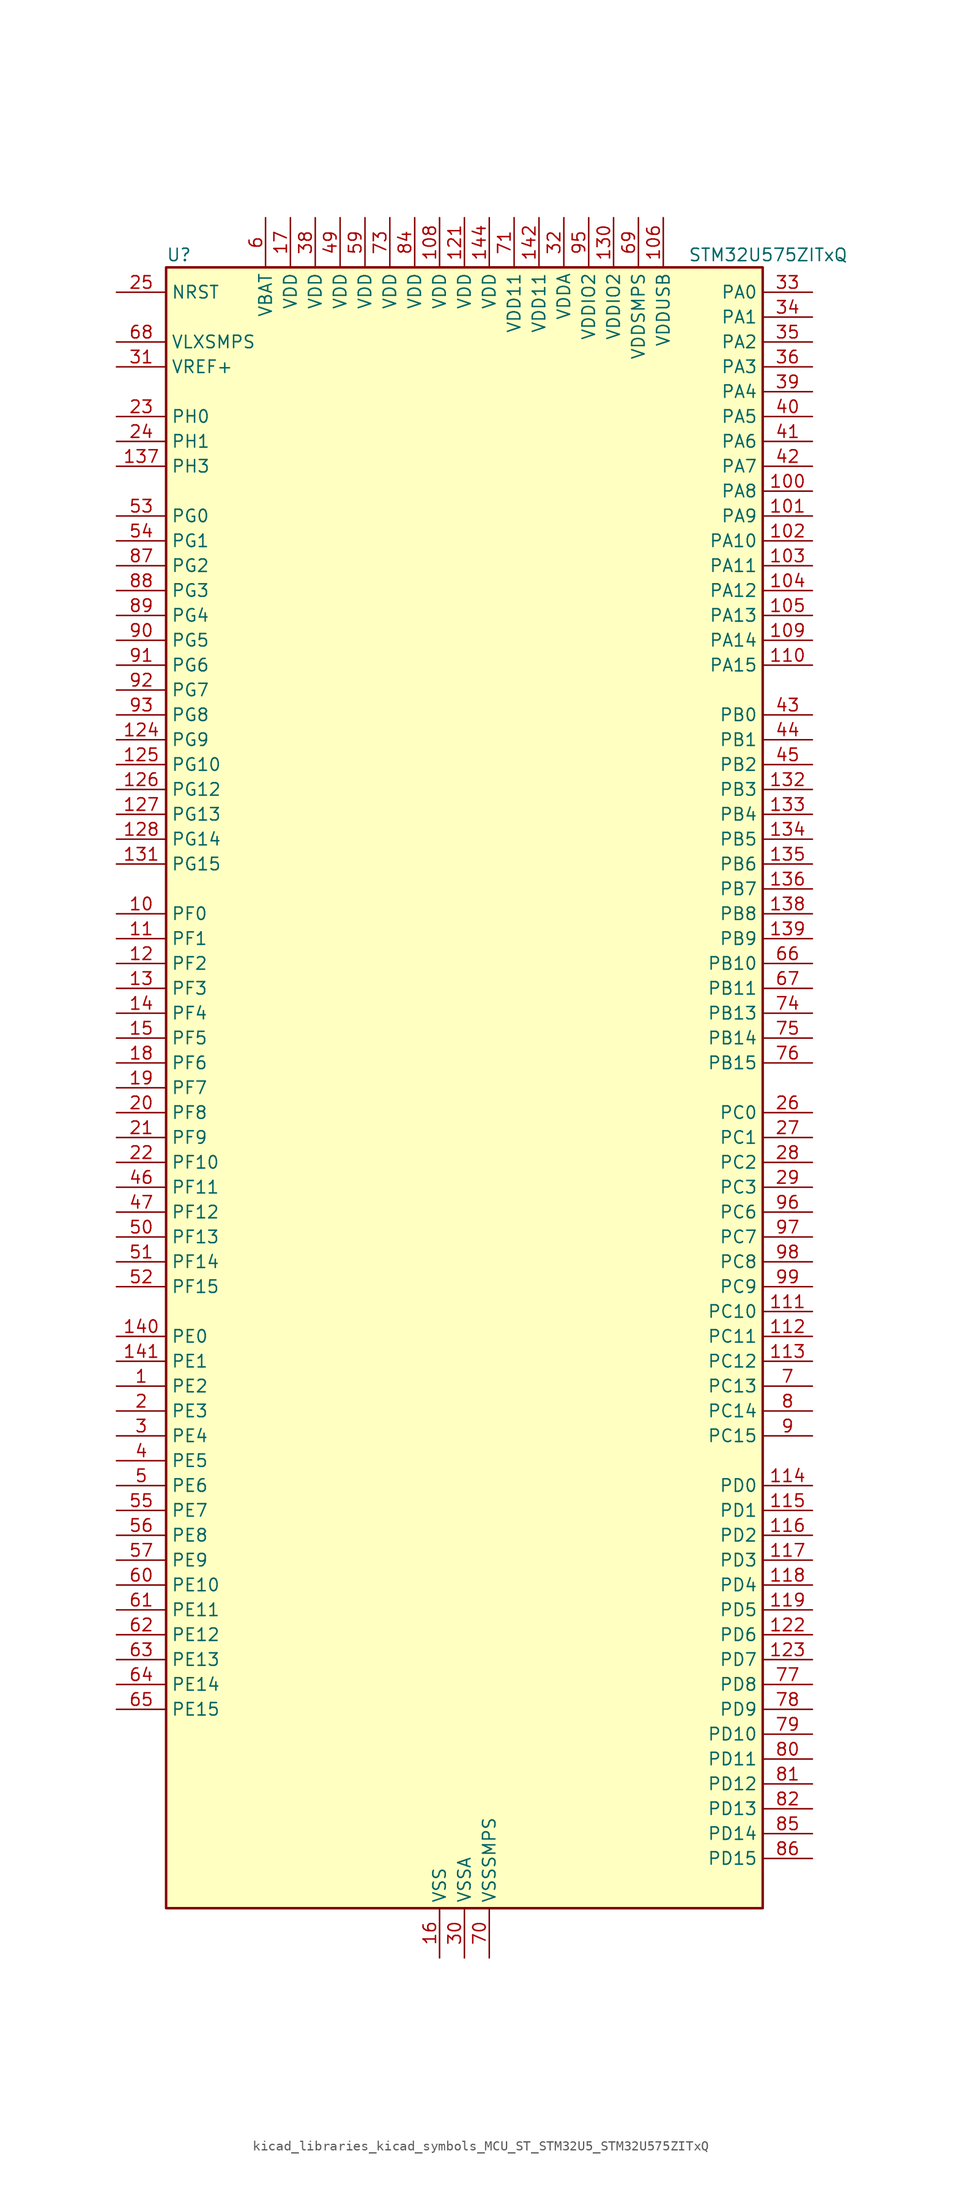
<source format=kicad_sym>
(kicad_symbol_lib
  (version 20220914)
  (generator kicad_symbol_editor)
  (symbol "kicad_libraries_kicad_symbols_MCU_ST_STM32U5_STM32U575ZITxQ"
    (property "Reference" "U"
      (at -30.48 85.09 0)
      (effects (font (size 1.27 1.27)) (justify left)))
    (property "Value" "STM32U575ZITxQ"
      (at 22.86 85.09 0)
      (effects (font (size 1.27 1.27)) (justify left)))
    (property "ki_locked" ""
      (at 0 0 0)
      (effects (font (size 1.27 1.27))))
    (symbol "kicad_libraries_kicad_symbols_MCU_ST_STM32U5_STM32U575ZITxQ_0_1"
      (rectangle (start -30.48 -83.82) (end 30.48 83.82) (stroke (width 0.254) (type default)) (fill (type background))))
    (symbol "kicad_libraries_kicad_symbols_MCU_ST_STM32U5_STM32U575ZITxQ_1_1"
      (pin bidirectional line (at -35.56 -30.48 0) (length 5.08) (name "PE2" (effects (font (size 1.27 1.27)))) (number "1" (effects (font (size 1.27 1.27)))) (alternate "DEBUG_TRACECLK" bidirectional line) (alternate "FMC_A23" bidirectional line) (alternate "SAI1_CK1" bidirectional line) (alternate "SAI1_MCLK_A" bidirectional line) (alternate "TIM3_ETR" bidirectional line) (alternate "TSC_G7_IO1" bidirectional line))
      (pin bidirectional line (at -35.56 17.78 0) (length 5.08) (name "PF0" (effects (font (size 1.27 1.27)))) (number "10" (effects (font (size 1.27 1.27)))) (alternate "FMC_A0" bidirectional line) (alternate "I2C2_SDA" bidirectional line) (alternate "OCTOSPIM_P2_IO0" bidirectional line))
      (pin bidirectional line (at 35.56 60.96 180) (length 5.08) (name "PA8" (effects (font (size 1.27 1.27)))) (number "100" (effects (font (size 1.27 1.27)))) (alternate "DEBUG_TRACECLK" bidirectional line) (alternate "LPTIM2_CH1" bidirectional line) (alternate "RCC_MCO" bidirectional line) (alternate "SAI1_CK2" bidirectional line) (alternate "SAI1_SCK_A" bidirectional line) (alternate "SPI1_RDY" bidirectional line) (alternate "TIM1_CH1" bidirectional line) (alternate "USART1_CK" bidirectional line) (alternate "USB_OTG_FS_SOF" bidirectional line))
      (pin bidirectional line (at 35.56 58.42 180) (length 5.08) (name "PA9" (effects (font (size 1.27 1.27)))) (number "101" (effects (font (size 1.27 1.27)))) (alternate "DAC1_EXTI9" bidirectional line) (alternate "DCMI_D0" bidirectional line) (alternate "PSSI_D0" bidirectional line) (alternate "SAI1_FS_A" bidirectional line) (alternate "SPI2_SCK" bidirectional line) (alternate "TIM15_BKIN" bidirectional line) (alternate "TIM1_CH2" bidirectional line) (alternate "USART1_TX" bidirectional line) (alternate "USB_OTG_FS_VBUS" bidirectional line))
      (pin bidirectional line (at 35.56 55.88 180) (length 5.08) (name "PA10" (effects (font (size 1.27 1.27)))) (number "102" (effects (font (size 1.27 1.27)))) (alternate "CRS_SYNC" bidirectional line) (alternate "DCMI_D1" bidirectional line) (alternate "LPTIM2_IN2" bidirectional line) (alternate "PSSI_D1" bidirectional line) (alternate "SAI1_D1" bidirectional line) (alternate "SAI1_SD_A" bidirectional line) (alternate "TIM17_BKIN" bidirectional line) (alternate "TIM1_CH3" bidirectional line) (alternate "USART1_RX" bidirectional line) (alternate "USB_OTG_FS_ID" bidirectional line))
      (pin bidirectional line (at 35.56 53.34 180) (length 5.08) (name "PA11" (effects (font (size 1.27 1.27)))) (number "103" (effects (font (size 1.27 1.27)))) (alternate "ADC1_EXTI11" bidirectional line) (alternate "FDCAN1_RX" bidirectional line) (alternate "SPI1_MISO" bidirectional line) (alternate "TIM1_BKIN2" bidirectional line) (alternate "TIM1_CH4" bidirectional line) (alternate "USART1_CTS" bidirectional line) (alternate "USB_OTG_FS_DM" bidirectional line))
      (pin bidirectional line (at 35.56 50.8 180) (length 5.08) (name "PA12" (effects (font (size 1.27 1.27)))) (number "104" (effects (font (size 1.27 1.27)))) (alternate "FDCAN1_TX" bidirectional line) (alternate "OCTOSPIM_P2_NCS" bidirectional line) (alternate "SPI1_MOSI" bidirectional line) (alternate "TIM1_ETR" bidirectional line) (alternate "USART1_DE" bidirectional line) (alternate "USART1_RTS" bidirectional line) (alternate "USB_OTG_FS_DP" bidirectional line))
      (pin bidirectional line (at 35.56 48.26 180) (length 5.08) (name "PA13" (effects (font (size 1.27 1.27)))) (number "105" (effects (font (size 1.27 1.27)))) (alternate "DEBUG_JTMS-SWDIO" bidirectional line) (alternate "IR_OUT" bidirectional line) (alternate "SAI1_SD_B" bidirectional line) (alternate "USB_OTG_FS_NOE" bidirectional line))
      (pin power_in line (at 20.32 88.9 270) (length 5.08) (name "VDDUSB" (effects (font (size 1.27 1.27)))) (number "106" (effects (font (size 1.27 1.27)))))
      (pin passive line (at -2.54 -88.9 90) (length 5.08) hide (name "VSS" (effects (font (size 1.27 1.27)))) (number "107" (effects (font (size 1.27 1.27)))))
      (pin power_in line (at -2.54 88.9 270) (length 5.08) (name "VDD" (effects (font (size 1.27 1.27)))) (number "108" (effects (font (size 1.27 1.27)))))
      (pin bidirectional line (at 35.56 45.72 180) (length 5.08) (name "PA14" (effects (font (size 1.27 1.27)))) (number "109" (effects (font (size 1.27 1.27)))) (alternate "DEBUG_JTCK-SWCLK" bidirectional line) (alternate "I2C1_SMBA" bidirectional line) (alternate "I2C4_SMBA" bidirectional line) (alternate "LPTIM1_CH1" bidirectional line) (alternate "SAI1_FS_B" bidirectional line) (alternate "USB_OTG_FS_SOF" bidirectional line))
      (pin bidirectional line (at -35.56 15.24 0) (length 5.08) (name "PF1" (effects (font (size 1.27 1.27)))) (number "11" (effects (font (size 1.27 1.27)))) (alternate "FMC_A1" bidirectional line) (alternate "I2C2_SCL" bidirectional line) (alternate "OCTOSPIM_P2_IO1" bidirectional line))
      (pin bidirectional line (at 35.56 43.18 180) (length 5.08) (name "PA15" (effects (font (size 1.27 1.27)))) (number "110" (effects (font (size 1.27 1.27)))) (alternate "ADC1_EXTI15" bidirectional line) (alternate "ADC4_EXTI15" bidirectional line) (alternate "DEBUG_JTDI" bidirectional line) (alternate "SAI2_FS_B" bidirectional line) (alternate "SPI1_NSS" bidirectional line) (alternate "SPI3_NSS" bidirectional line) (alternate "TIM2_CH1" bidirectional line) (alternate "TIM2_ETR" bidirectional line) (alternate "UART4_DE" bidirectional line) (alternate "UART4_RTS" bidirectional line) (alternate "UCPD1_CC1" bidirectional line) (alternate "USART2_RX" bidirectional line) (alternate "USART3_DE" bidirectional line) (alternate "USART3_RTS" bidirectional line))
      (pin bidirectional line (at 35.56 -22.86 180) (length 5.08) (name "PC10" (effects (font (size 1.27 1.27)))) (number "111" (effects (font (size 1.27 1.27)))) (alternate "ADF1_CCK1" bidirectional line) (alternate "DCMI_D8" bidirectional line) (alternate "DEBUG_TRACED1" bidirectional line) (alternate "LPTIM3_ETR" bidirectional line) (alternate "PSSI_D8" bidirectional line) (alternate "SAI2_SCK_B" bidirectional line) (alternate "SDMMC1_D2" bidirectional line) (alternate "SPI3_SCK" bidirectional line) (alternate "TSC_G3_IO2" bidirectional line) (alternate "UART4_TX" bidirectional line) (alternate "USART3_TX" bidirectional line))
      (pin bidirectional line (at 35.56 -25.4 180) (length 5.08) (name "PC11" (effects (font (size 1.27 1.27)))) (number "112" (effects (font (size 1.27 1.27)))) (alternate "ADC1_EXTI11" bidirectional line) (alternate "ADF1_SDI0" bidirectional line) (alternate "DCMI_D2" bidirectional line) (alternate "DCMI_D4" bidirectional line) (alternate "LPTIM3_IN1" bidirectional line) (alternate "OCTOSPIM_P1_NCS" bidirectional line) (alternate "PSSI_D2" bidirectional line) (alternate "PSSI_D4" bidirectional line) (alternate "SAI2_MCLK_B" bidirectional line) (alternate "SDMMC1_D3" bidirectional line) (alternate "SPI3_MISO" bidirectional line) (alternate "TSC_G3_IO3" bidirectional line) (alternate "UART4_RX" bidirectional line) (alternate "UCPD1_FRSTX2" bidirectional line) (alternate "USART3_RX" bidirectional line))
      (pin bidirectional line (at 35.56 -27.94 180) (length 5.08) (name "PC12" (effects (font (size 1.27 1.27)))) (number "113" (effects (font (size 1.27 1.27)))) (alternate "DCMI_D9" bidirectional line) (alternate "DEBUG_TRACED3" bidirectional line) (alternate "PSSI_D9" bidirectional line) (alternate "SAI2_SD_B" bidirectional line) (alternate "SDMMC1_CK" bidirectional line) (alternate "SPI3_MOSI" bidirectional line) (alternate "TSC_G3_IO4" bidirectional line) (alternate "UART5_TX" bidirectional line) (alternate "USART3_CK" bidirectional line))
      (pin bidirectional line (at 35.56 -40.64 180) (length 5.08) (name "PD0" (effects (font (size 1.27 1.27)))) (number "114" (effects (font (size 1.27 1.27)))) (alternate "FDCAN1_RX" bidirectional line) (alternate "FMC_D2" bidirectional line) (alternate "FMC_DA2" bidirectional line) (alternate "SPI2_NSS" bidirectional line) (alternate "TIM8_CH4N" bidirectional line))
      (pin bidirectional line (at 35.56 -43.18 180) (length 5.08) (name "PD1" (effects (font (size 1.27 1.27)))) (number "115" (effects (font (size 1.27 1.27)))) (alternate "FDCAN1_TX" bidirectional line) (alternate "FMC_D3" bidirectional line) (alternate "FMC_DA3" bidirectional line) (alternate "SPI2_SCK" bidirectional line))
      (pin bidirectional line (at 35.56 -45.72 180) (length 5.08) (name "PD2" (effects (font (size 1.27 1.27)))) (number "116" (effects (font (size 1.27 1.27)))) (alternate "DCMI_D11" bidirectional line) (alternate "DEBUG_TRACED2" bidirectional line) (alternate "LPTIM4_ETR" bidirectional line) (alternate "PSSI_D11" bidirectional line) (alternate "SDMMC1_CMD" bidirectional line) (alternate "TIM3_ETR" bidirectional line) (alternate "TSC_SYNC" bidirectional line) (alternate "UART5_RX" bidirectional line) (alternate "USART3_DE" bidirectional line) (alternate "USART3_RTS" bidirectional line))
      (pin bidirectional line (at 35.56 -48.26 180) (length 5.08) (name "PD3" (effects (font (size 1.27 1.27)))) (number "117" (effects (font (size 1.27 1.27)))) (alternate "DCMI_D5" bidirectional line) (alternate "FMC_CLK" bidirectional line) (alternate "MDF1_SDI0" bidirectional line) (alternate "OCTOSPIM_P2_NCS" bidirectional line) (alternate "PSSI_D5" bidirectional line) (alternate "SPI2_MISO" bidirectional line) (alternate "SPI2_SCK" bidirectional line) (alternate "USART2_CTS" bidirectional line))
      (pin bidirectional line (at 35.56 -50.8 180) (length 5.08) (name "PD4" (effects (font (size 1.27 1.27)))) (number "118" (effects (font (size 1.27 1.27)))) (alternate "FMC_NOE" bidirectional line) (alternate "MDF1_CKI0" bidirectional line) (alternate "OCTOSPIM_P1_IO4" bidirectional line) (alternate "SPI2_MOSI" bidirectional line) (alternate "USART2_DE" bidirectional line) (alternate "USART2_RTS" bidirectional line))
      (pin bidirectional line (at 35.56 -53.34 180) (length 5.08) (name "PD5" (effects (font (size 1.27 1.27)))) (number "119" (effects (font (size 1.27 1.27)))) (alternate "FMC_NWE" bidirectional line) (alternate "OCTOSPIM_P1_IO5" bidirectional line) (alternate "SPI2_RDY" bidirectional line) (alternate "USART2_TX" bidirectional line))
      (pin bidirectional line (at -35.56 12.7 0) (length 5.08) (name "PF2" (effects (font (size 1.27 1.27)))) (number "12" (effects (font (size 1.27 1.27)))) (alternate "FMC_A2" bidirectional line) (alternate "I2C2_SMBA" bidirectional line) (alternate "LPTIM3_CH2" bidirectional line) (alternate "OCTOSPIM_P2_IO2" bidirectional line) (alternate "PWR_WKUP8" bidirectional line))
      (pin passive line (at -2.54 -88.9 90) (length 5.08) hide (name "VSS" (effects (font (size 1.27 1.27)))) (number "120" (effects (font (size 1.27 1.27)))))
      (pin power_in line (at 0 88.9 270) (length 5.08) (name "VDD" (effects (font (size 1.27 1.27)))) (number "121" (effects (font (size 1.27 1.27)))))
      (pin bidirectional line (at 35.56 -55.88 180) (length 5.08) (name "PD6" (effects (font (size 1.27 1.27)))) (number "122" (effects (font (size 1.27 1.27)))) (alternate "DCMI_D10" bidirectional line) (alternate "FMC_NWAIT" bidirectional line) (alternate "MDF1_SDI1" bidirectional line) (alternate "OCTOSPIM_P1_IO6" bidirectional line) (alternate "PSSI_D10" bidirectional line) (alternate "SAI1_D1" bidirectional line) (alternate "SAI1_SD_A" bidirectional line) (alternate "SDMMC2_CK" bidirectional line) (alternate "SPI3_MOSI" bidirectional line) (alternate "USART2_RX" bidirectional line))
      (pin bidirectional line (at 35.56 -58.42 180) (length 5.08) (name "PD7" (effects (font (size 1.27 1.27)))) (number "123" (effects (font (size 1.27 1.27)))) (alternate "FMC_NCE" bidirectional line) (alternate "FMC_NE1" bidirectional line) (alternate "LPTIM4_OUT" bidirectional line) (alternate "MDF1_CKI1" bidirectional line) (alternate "OCTOSPIM_P1_IO7" bidirectional line) (alternate "SDMMC2_CMD" bidirectional line) (alternate "USART2_CK" bidirectional line))
      (pin bidirectional line (at -35.56 35.56 0) (length 5.08) (name "PG9" (effects (font (size 1.27 1.27)))) (number "124" (effects (font (size 1.27 1.27)))) (alternate "DAC1_EXTI9" bidirectional line) (alternate "FMC_NCE" bidirectional line) (alternate "FMC_NE2" bidirectional line) (alternate "OCTOSPIM_P2_IO6" bidirectional line) (alternate "SAI2_SCK_A" bidirectional line) (alternate "SPI3_SCK" bidirectional line) (alternate "TIM15_CH1N" bidirectional line) (alternate "USART1_TX" bidirectional line))
      (pin bidirectional line (at -35.56 33.02 0) (length 5.08) (name "PG10" (effects (font (size 1.27 1.27)))) (number "125" (effects (font (size 1.27 1.27)))) (alternate "FMC_NE3" bidirectional line) (alternate "LPTIM1_IN1" bidirectional line) (alternate "OCTOSPIM_P2_IO7" bidirectional line) (alternate "SAI2_FS_A" bidirectional line) (alternate "SPI3_MISO" bidirectional line) (alternate "TIM15_CH1" bidirectional line) (alternate "USART1_RX" bidirectional line))
      (pin bidirectional line (at -35.56 30.48 0) (length 5.08) (name "PG12" (effects (font (size 1.27 1.27)))) (number "126" (effects (font (size 1.27 1.27)))) (alternate "FMC_NE4" bidirectional line) (alternate "LPTIM1_ETR" bidirectional line) (alternate "OCTOSPIM_P2_NCS" bidirectional line) (alternate "SAI2_SD_A" bidirectional line) (alternate "SPI3_NSS" bidirectional line) (alternate "USART1_DE" bidirectional line) (alternate "USART1_RTS" bidirectional line))
      (pin bidirectional line (at -35.56 27.94 0) (length 5.08) (name "PG13" (effects (font (size 1.27 1.27)))) (number "127" (effects (font (size 1.27 1.27)))) (alternate "FMC_A24" bidirectional line) (alternate "I2C1_SDA" bidirectional line) (alternate "SPI3_RDY" bidirectional line) (alternate "USART1_CK" bidirectional line))
      (pin bidirectional line (at -35.56 25.4 0) (length 5.08) (name "PG14" (effects (font (size 1.27 1.27)))) (number "128" (effects (font (size 1.27 1.27)))) (alternate "FMC_A25" bidirectional line) (alternate "I2C1_SCL" bidirectional line) (alternate "LPTIM1_CH2" bidirectional line))
      (pin passive line (at -2.54 -88.9 90) (length 5.08) hide (name "VSS" (effects (font (size 1.27 1.27)))) (number "129" (effects (font (size 1.27 1.27)))))
      (pin bidirectional line (at -35.56 10.16 0) (length 5.08) (name "PF3" (effects (font (size 1.27 1.27)))) (number "13" (effects (font (size 1.27 1.27)))) (alternate "FMC_A3" bidirectional line) (alternate "LPTIM3_IN1" bidirectional line) (alternate "OCTOSPIM_P2_IO3" bidirectional line))
      (pin power_in line (at 15.24 88.9 270) (length 5.08) (name "VDDIO2" (effects (font (size 1.27 1.27)))) (number "130" (effects (font (size 1.27 1.27)))))
      (pin bidirectional line (at -35.56 22.86 0) (length 5.08) (name "PG15" (effects (font (size 1.27 1.27)))) (number "131" (effects (font (size 1.27 1.27)))) (alternate "ADC1_EXTI15" bidirectional line) (alternate "ADC4_EXTI15" bidirectional line) (alternate "DCMI_D13" bidirectional line) (alternate "I2C1_SMBA" bidirectional line) (alternate "LPTIM1_CH1" bidirectional line) (alternate "OCTOSPIM_P2_DQS" bidirectional line) (alternate "PSSI_D13" bidirectional line))
      (pin bidirectional line (at 35.56 30.48 180) (length 5.08) (name "PB3" (effects (font (size 1.27 1.27)))) (number "132" (effects (font (size 1.27 1.27)))) (alternate "ADF1_CCK0" bidirectional line) (alternate "COMP2_INM" bidirectional line) (alternate "CRS_SYNC" bidirectional line) (alternate "DEBUG_JTDO-SWO" bidirectional line) (alternate "I2C1_SDA" bidirectional line) (alternate "LPTIM1_CH1" bidirectional line) (alternate "SAI1_SCK_B" bidirectional line) (alternate "SDMMC2_D2" bidirectional line) (alternate "SPI1_SCK" bidirectional line) (alternate "SPI3_SCK" bidirectional line) (alternate "TIM2_CH2" bidirectional line) (alternate "USART1_DE" bidirectional line) (alternate "USART1_RTS" bidirectional line))
      (pin bidirectional line (at 35.56 27.94 180) (length 5.08) (name "PB4" (effects (font (size 1.27 1.27)))) (number "133" (effects (font (size 1.27 1.27)))) (alternate "ADF1_SDI0" bidirectional line) (alternate "COMP2_INP" bidirectional line) (alternate "DCMI_D12" bidirectional line) (alternate "DEBUG_JTRST" bidirectional line) (alternate "I2C3_SDA" bidirectional line) (alternate "LPTIM1_CH2" bidirectional line) (alternate "PSSI_D12" bidirectional line) (alternate "SAI1_MCLK_B" bidirectional line) (alternate "SDMMC2_D3" bidirectional line) (alternate "SPI1_MISO" bidirectional line) (alternate "SPI3_MISO" bidirectional line) (alternate "TIM17_BKIN" bidirectional line) (alternate "TIM3_CH1" bidirectional line) (alternate "TSC_G2_IO1" bidirectional line) (alternate "UART5_DE" bidirectional line) (alternate "UART5_RTS" bidirectional line) (alternate "USART1_CTS" bidirectional line))
      (pin bidirectional line (at 35.56 25.4 180) (length 5.08) (name "PB5" (effects (font (size 1.27 1.27)))) (number "134" (effects (font (size 1.27 1.27)))) (alternate "COMP2_OUT" bidirectional line) (alternate "DCMI_D10" bidirectional line) (alternate "I2C1_SMBA" bidirectional line) (alternate "LPTIM1_IN1" bidirectional line) (alternate "OCTOSPIM_P1_NCLK" bidirectional line) (alternate "PSSI_D10" bidirectional line) (alternate "PWR_WKUP6" bidirectional line) (alternate "SAI1_SD_B" bidirectional line) (alternate "SPI1_MOSI" bidirectional line) (alternate "SPI3_MOSI" bidirectional line) (alternate "TIM16_BKIN" bidirectional line) (alternate "TIM3_CH2" bidirectional line) (alternate "TSC_G2_IO2" bidirectional line) (alternate "UART5_CTS" bidirectional line) (alternate "UCPD1_DBCC1" bidirectional line) (alternate "USART1_CK" bidirectional line))
      (pin bidirectional line (at 35.56 22.86 180) (length 5.08) (name "PB6" (effects (font (size 1.27 1.27)))) (number "135" (effects (font (size 1.27 1.27)))) (alternate "COMP2_INP" bidirectional line) (alternate "DCMI_D5" bidirectional line) (alternate "I2C1_SCL" bidirectional line) (alternate "I2C4_SCL" bidirectional line) (alternate "LPTIM1_ETR" bidirectional line) (alternate "MDF1_SDI5" bidirectional line) (alternate "PSSI_D5" bidirectional line) (alternate "PWR_WKUP3" bidirectional line) (alternate "SAI1_FS_B" bidirectional line) (alternate "TIM16_CH1N" bidirectional line) (alternate "TIM4_CH1" bidirectional line) (alternate "TIM8_BKIN2" bidirectional line) (alternate "TSC_G2_IO3" bidirectional line) (alternate "USART1_TX" bidirectional line))
      (pin bidirectional line (at 35.56 20.32 180) (length 5.08) (name "PB7" (effects (font (size 1.27 1.27)))) (number "136" (effects (font (size 1.27 1.27)))) (alternate "COMP2_INM" bidirectional line) (alternate "DCMI_VSYNC" bidirectional line) (alternate "FMC_NL" bidirectional line) (alternate "I2C1_SDA" bidirectional line) (alternate "I2C4_SDA" bidirectional line) (alternate "LPTIM1_IN2" bidirectional line) (alternate "MDF1_CKI5" bidirectional line) (alternate "PSSI_RDY" bidirectional line) (alternate "PWR_PVD_IN" bidirectional line) (alternate "PWR_WKUP4" bidirectional line) (alternate "TIM17_CH1N" bidirectional line) (alternate "TIM4_CH2" bidirectional line) (alternate "TIM8_BKIN" bidirectional line) (alternate "TSC_G2_IO4" bidirectional line) (alternate "UART4_CTS" bidirectional line) (alternate "USART1_RX" bidirectional line))
      (pin bidirectional line (at -35.56 63.5 0) (length 5.08) (name "PH3" (effects (font (size 1.27 1.27)))) (number "137" (effects (font (size 1.27 1.27)))))
      (pin bidirectional line (at 35.56 17.78 180) (length 5.08) (name "PB8" (effects (font (size 1.27 1.27)))) (number "138" (effects (font (size 1.27 1.27)))) (alternate "DCMI_D6" bidirectional line) (alternate "FDCAN1_RX" bidirectional line) (alternate "I2C1_SCL" bidirectional line) (alternate "MDF1_CCK0" bidirectional line) (alternate "PSSI_D6" bidirectional line) (alternate "PWR_WKUP5" bidirectional line) (alternate "SAI1_CK1" bidirectional line) (alternate "SAI1_MCLK_A" bidirectional line) (alternate "SDMMC1_CKIN" bidirectional line) (alternate "SDMMC1_D4" bidirectional line) (alternate "SDMMC2_D4" bidirectional line) (alternate "SPI3_RDY" bidirectional line) (alternate "TIM16_CH1" bidirectional line) (alternate "TIM4_CH3" bidirectional line))
      (pin bidirectional line (at 35.56 15.24 180) (length 5.08) (name "PB9" (effects (font (size 1.27 1.27)))) (number "139" (effects (font (size 1.27 1.27)))) (alternate "DAC1_EXTI9" bidirectional line) (alternate "DCMI_D7" bidirectional line) (alternate "FDCAN1_TX" bidirectional line) (alternate "I2C1_SDA" bidirectional line) (alternate "IR_OUT" bidirectional line) (alternate "PSSI_D7" bidirectional line) (alternate "SAI1_D2" bidirectional line) (alternate "SAI1_FS_A" bidirectional line) (alternate "SDMMC1_CDIR" bidirectional line) (alternate "SDMMC1_D5" bidirectional line) (alternate "SDMMC2_D5" bidirectional line) (alternate "SPI2_NSS" bidirectional line) (alternate "TIM17_CH1" bidirectional line) (alternate "TIM4_CH4" bidirectional line))
      (pin bidirectional line (at -35.56 7.62 0) (length 5.08) (name "PF4" (effects (font (size 1.27 1.27)))) (number "14" (effects (font (size 1.27 1.27)))) (alternate "FMC_A4" bidirectional line) (alternate "LPTIM3_ETR" bidirectional line) (alternate "OCTOSPIM_P2_CLK" bidirectional line))
      (pin bidirectional line (at -35.56 -25.4 0) (length 5.08) (name "PE0" (effects (font (size 1.27 1.27)))) (number "140" (effects (font (size 1.27 1.27)))) (alternate "DCMI_D2" bidirectional line) (alternate "FMC_NBL0" bidirectional line) (alternate "PSSI_D2" bidirectional line) (alternate "TIM16_CH1" bidirectional line) (alternate "TIM4_ETR" bidirectional line))
      (pin bidirectional line (at -35.56 -27.94 0) (length 5.08) (name "PE1" (effects (font (size 1.27 1.27)))) (number "141" (effects (font (size 1.27 1.27)))) (alternate "DCMI_D3" bidirectional line) (alternate "FMC_NBL1" bidirectional line) (alternate "PSSI_D3" bidirectional line) (alternate "TIM17_CH1" bidirectional line))
      (pin power_in line (at 7.62 88.9 270) (length 5.08) (name "VDD11" (effects (font (size 1.27 1.27)))) (number "142" (effects (font (size 1.27 1.27)))))
      (pin passive line (at -2.54 -88.9 90) (length 5.08) hide (name "VSS" (effects (font (size 1.27 1.27)))) (number "143" (effects (font (size 1.27 1.27)))))
      (pin power_in line (at 2.54 88.9 270) (length 5.08) (name "VDD" (effects (font (size 1.27 1.27)))) (number "144" (effects (font (size 1.27 1.27)))))
      (pin bidirectional line (at -35.56 5.08 0) (length 5.08) (name "PF5" (effects (font (size 1.27 1.27)))) (number "15" (effects (font (size 1.27 1.27)))) (alternate "FMC_A5" bidirectional line) (alternate "LPTIM3_CH1" bidirectional line) (alternate "OCTOSPIM_P2_NCLK" bidirectional line))
      (pin power_in line (at -2.54 -88.9 90) (length 5.08) (name "VSS" (effects (font (size 1.27 1.27)))) (number "16" (effects (font (size 1.27 1.27)))))
      (pin power_in line (at -17.78 88.9 270) (length 5.08) (name "VDD" (effects (font (size 1.27 1.27)))) (number "17" (effects (font (size 1.27 1.27)))))
      (pin bidirectional line (at -35.56 2.54 0) (length 5.08) (name "PF6" (effects (font (size 1.27 1.27)))) (number "18" (effects (font (size 1.27 1.27)))) (alternate "DCMI_D12" bidirectional line) (alternate "OCTOSPIM_P1_IO3" bidirectional line) (alternate "OCTOSPIM_P2_NCS" bidirectional line) (alternate "PSSI_D12" bidirectional line) (alternate "SAI1_SD_B" bidirectional line) (alternate "TIM5_CH1" bidirectional line) (alternate "TIM5_ETR" bidirectional line))
      (pin bidirectional line (at -35.56 0 0) (length 5.08) (name "PF7" (effects (font (size 1.27 1.27)))) (number "19" (effects (font (size 1.27 1.27)))) (alternate "FDCAN1_RX" bidirectional line) (alternate "OCTOSPIM_P1_IO2" bidirectional line) (alternate "SAI1_MCLK_B" bidirectional line) (alternate "TIM5_CH2" bidirectional line))
      (pin bidirectional line (at -35.56 -33.02 0) (length 5.08) (name "PE3" (effects (font (size 1.27 1.27)))) (number "2" (effects (font (size 1.27 1.27)))) (alternate "DEBUG_TRACED0" bidirectional line) (alternate "FMC_A19" bidirectional line) (alternate "OCTOSPIM_P1_DQS" bidirectional line) (alternate "SAI1_SD_B" bidirectional line) (alternate "TAMP_IN6" bidirectional line) (alternate "TAMP_OUT3" bidirectional line) (alternate "TIM3_CH1" bidirectional line) (alternate "TSC_G7_IO2" bidirectional line))
      (pin bidirectional line (at -35.56 -2.54 0) (length 5.08) (name "PF8" (effects (font (size 1.27 1.27)))) (number "20" (effects (font (size 1.27 1.27)))) (alternate "FDCAN1_TX" bidirectional line) (alternate "OCTOSPIM_P1_IO0" bidirectional line) (alternate "PSSI_D14" bidirectional line) (alternate "SAI1_SCK_B" bidirectional line) (alternate "TIM5_CH3" bidirectional line))
      (pin bidirectional line (at -35.56 -5.08 0) (length 5.08) (name "PF9" (effects (font (size 1.27 1.27)))) (number "21" (effects (font (size 1.27 1.27)))) (alternate "DAC1_EXTI9" bidirectional line) (alternate "OCTOSPIM_P1_IO1" bidirectional line) (alternate "PSSI_D15" bidirectional line) (alternate "SAI1_FS_B" bidirectional line) (alternate "TIM15_CH1" bidirectional line) (alternate "TIM5_CH4" bidirectional line))
      (pin bidirectional line (at -35.56 -7.62 0) (length 5.08) (name "PF10" (effects (font (size 1.27 1.27)))) (number "22" (effects (font (size 1.27 1.27)))) (alternate "DCMI_D11" bidirectional line) (alternate "MDF1_CCK1" bidirectional line) (alternate "OCTOSPIM_P1_CLK" bidirectional line) (alternate "PSSI_D11" bidirectional line) (alternate "PSSI_D15" bidirectional line) (alternate "SAI1_D3" bidirectional line) (alternate "TIM15_CH2" bidirectional line))
      (pin bidirectional line (at -35.56 68.58 0) (length 5.08) (name "PH0" (effects (font (size 1.27 1.27)))) (number "23" (effects (font (size 1.27 1.27)))) (alternate "RCC_OSC_IN" bidirectional line))
      (pin bidirectional line (at -35.56 66.04 0) (length 5.08) (name "PH1" (effects (font (size 1.27 1.27)))) (number "24" (effects (font (size 1.27 1.27)))) (alternate "RCC_OSC_OUT" bidirectional line))
      (pin input line (at -35.56 81.28 0) (length 5.08) (name "NRST" (effects (font (size 1.27 1.27)))) (number "25" (effects (font (size 1.27 1.27)))))
      (pin bidirectional line (at 35.56 -2.54 180) (length 5.08) (name "PC0" (effects (font (size 1.27 1.27)))) (number "26" (effects (font (size 1.27 1.27)))) (alternate "ADC1_IN1" bidirectional line) (alternate "ADC4_IN1" bidirectional line) (alternate "I2C3_SCL" bidirectional line) (alternate "LPTIM1_IN1" bidirectional line) (alternate "LPTIM2_IN1" bidirectional line) (alternate "LPUART1_RX" bidirectional line) (alternate "MDF1_SDI4" bidirectional line) (alternate "OCTOSPIM_P1_IO7" bidirectional line) (alternate "SAI2_FS_A" bidirectional line) (alternate "SDMMC1_D5" bidirectional line) (alternate "SPI2_RDY" bidirectional line))
      (pin bidirectional line (at 35.56 -5.08 180) (length 5.08) (name "PC1" (effects (font (size 1.27 1.27)))) (number "27" (effects (font (size 1.27 1.27)))) (alternate "ADC1_IN2" bidirectional line) (alternate "ADC4_IN2" bidirectional line) (alternate "DEBUG_TRACED0" bidirectional line) (alternate "I2C3_SDA" bidirectional line) (alternate "LPTIM1_CH1" bidirectional line) (alternate "LPUART1_TX" bidirectional line) (alternate "MDF1_CKI4" bidirectional line) (alternate "OCTOSPIM_P1_IO4" bidirectional line) (alternate "SAI1_SD_A" bidirectional line) (alternate "SDMMC2_CK" bidirectional line) (alternate "SPI2_MOSI" bidirectional line))
      (pin bidirectional line (at 35.56 -7.62 180) (length 5.08) (name "PC2" (effects (font (size 1.27 1.27)))) (number "28" (effects (font (size 1.27 1.27)))) (alternate "ADC1_IN3" bidirectional line) (alternate "ADC4_IN3" bidirectional line) (alternate "LPTIM1_IN2" bidirectional line) (alternate "MDF1_CCK1" bidirectional line) (alternate "OCTOSPIM_P1_IO5" bidirectional line) (alternate "SPI2_MISO" bidirectional line))
      (pin bidirectional line (at 35.56 -10.16 180) (length 5.08) (name "PC3" (effects (font (size 1.27 1.27)))) (number "29" (effects (font (size 1.27 1.27)))) (alternate "ADC1_IN4" bidirectional line) (alternate "ADC4_IN4" bidirectional line) (alternate "LPTIM1_ETR" bidirectional line) (alternate "LPTIM2_ETR" bidirectional line) (alternate "LPTIM3_CH1" bidirectional line) (alternate "OCTOSPIM_P1_IO6" bidirectional line) (alternate "SAI1_D1" bidirectional line) (alternate "SAI1_SD_A" bidirectional line) (alternate "SPI2_MOSI" bidirectional line))
      (pin bidirectional line (at -35.56 -35.56 0) (length 5.08) (name "PE4" (effects (font (size 1.27 1.27)))) (number "3" (effects (font (size 1.27 1.27)))) (alternate "DCMI_D4" bidirectional line) (alternate "DEBUG_TRACED1" bidirectional line) (alternate "FMC_A20" bidirectional line) (alternate "MDF1_SDI3" bidirectional line) (alternate "PSSI_D4" bidirectional line) (alternate "PWR_WKUP1" bidirectional line) (alternate "SAI1_D2" bidirectional line) (alternate "SAI1_FS_A" bidirectional line) (alternate "TAMP_IN7" bidirectional line) (alternate "TAMP_OUT8" bidirectional line) (alternate "TIM3_CH2" bidirectional line) (alternate "TSC_G7_IO3" bidirectional line))
      (pin power_in line (at 0 -88.9 90) (length 5.08) (name "VSSA" (effects (font (size 1.27 1.27)))) (number "30" (effects (font (size 1.27 1.27)))))
      (pin input line (at -35.56 73.66 0) (length 5.08) (name "VREF+" (effects (font (size 1.27 1.27)))) (number "31" (effects (font (size 1.27 1.27)))) (alternate "VREFBUF_OUT" bidirectional line))
      (pin power_in line (at 10.16 88.9 270) (length 5.08) (name "VDDA" (effects (font (size 1.27 1.27)))) (number "32" (effects (font (size 1.27 1.27)))))
      (pin bidirectional line (at 35.56 81.28 180) (length 5.08) (name "PA0" (effects (font (size 1.27 1.27)))) (number "33" (effects (font (size 1.27 1.27)))) (alternate "ADC1_IN5" bidirectional line) (alternate "AUDIOCLK" bidirectional line) (alternate "OCTOSPIM_P2_NCS" bidirectional line) (alternate "OPAMP1_VINP" bidirectional line) (alternate "PWR_WKUP1" bidirectional line) (alternate "SDMMC2_CMD" bidirectional line) (alternate "SPI3_RDY" bidirectional line) (alternate "TAMP_IN2" bidirectional line) (alternate "TAMP_OUT1" bidirectional line) (alternate "TIM2_CH1" bidirectional line) (alternate "TIM2_ETR" bidirectional line) (alternate "TIM5_CH1" bidirectional line) (alternate "TIM8_ETR" bidirectional line) (alternate "UART4_TX" bidirectional line) (alternate "USART2_CTS" bidirectional line))
      (pin bidirectional line (at 35.56 78.74 180) (length 5.08) (name "PA1" (effects (font (size 1.27 1.27)))) (number "34" (effects (font (size 1.27 1.27)))) (alternate "ADC1_IN6" bidirectional line) (alternate "I2C1_SMBA" bidirectional line) (alternate "LPTIM1_CH2" bidirectional line) (alternate "OCTOSPIM_P1_DQS" bidirectional line) (alternate "OPAMP1_VINM" bidirectional line) (alternate "PWR_WKUP3" bidirectional line) (alternate "SPI1_SCK" bidirectional line) (alternate "TAMP_IN5" bidirectional line) (alternate "TAMP_OUT4" bidirectional line) (alternate "TIM15_CH1N" bidirectional line) (alternate "TIM2_CH2" bidirectional line) (alternate "TIM5_CH2" bidirectional line) (alternate "UART4_RX" bidirectional line) (alternate "USART2_DE" bidirectional line) (alternate "USART2_RTS" bidirectional line))
      (pin bidirectional line (at 35.56 76.2 180) (length 5.08) (name "PA2" (effects (font (size 1.27 1.27)))) (number "35" (effects (font (size 1.27 1.27)))) (alternate "ADC1_IN7" bidirectional line) (alternate "COMP1_INP" bidirectional line) (alternate "LPUART1_TX" bidirectional line) (alternate "OCTOSPIM_P1_NCS" bidirectional line) (alternate "PWR_WKUP4" bidirectional line) (alternate "RCC_LSCO" bidirectional line) (alternate "SPI1_RDY" bidirectional line) (alternate "TIM15_CH1" bidirectional line) (alternate "TIM2_CH3" bidirectional line) (alternate "TIM5_CH3" bidirectional line) (alternate "UCPD1_FRSTX1" bidirectional line) (alternate "USART2_TX" bidirectional line))
      (pin bidirectional line (at 35.56 73.66 180) (length 5.08) (name "PA3" (effects (font (size 1.27 1.27)))) (number "36" (effects (font (size 1.27 1.27)))) (alternate "ADC1_IN8" bidirectional line) (alternate "LPUART1_RX" bidirectional line) (alternate "OCTOSPIM_P1_CLK" bidirectional line) (alternate "OPAMP1_VOUT" bidirectional line) (alternate "PWR_WKUP5" bidirectional line) (alternate "SAI1_CK1" bidirectional line) (alternate "SAI1_MCLK_A" bidirectional line) (alternate "TIM15_CH2" bidirectional line) (alternate "TIM2_CH4" bidirectional line) (alternate "TIM5_CH4" bidirectional line) (alternate "USART2_RX" bidirectional line))
      (pin passive line (at -2.54 -88.9 90) (length 5.08) hide (name "VSS" (effects (font (size 1.27 1.27)))) (number "37" (effects (font (size 1.27 1.27)))))
      (pin power_in line (at -15.24 88.9 270) (length 5.08) (name "VDD" (effects (font (size 1.27 1.27)))) (number "38" (effects (font (size 1.27 1.27)))))
      (pin bidirectional line (at 35.56 71.12 180) (length 5.08) (name "PA4" (effects (font (size 1.27 1.27)))) (number "39" (effects (font (size 1.27 1.27)))) (alternate "ADC1_IN9" bidirectional line) (alternate "ADC4_IN9" bidirectional line) (alternate "DAC1_OUT1" bidirectional line) (alternate "DCMI_HSYNC" bidirectional line) (alternate "LPTIM2_CH1" bidirectional line) (alternate "OCTOSPIM_P1_NCS" bidirectional line) (alternate "PSSI_DE" bidirectional line) (alternate "PWR_WKUP2" bidirectional line) (alternate "SAI1_FS_B" bidirectional line) (alternate "SPI1_NSS" bidirectional line) (alternate "SPI3_NSS" bidirectional line) (alternate "USART2_CK" bidirectional line))
      (pin bidirectional line (at -35.56 -38.1 0) (length 5.08) (name "PE5" (effects (font (size 1.27 1.27)))) (number "4" (effects (font (size 1.27 1.27)))) (alternate "DCMI_D6" bidirectional line) (alternate "DEBUG_TRACED2" bidirectional line) (alternate "FMC_A21" bidirectional line) (alternate "MDF1_CKI3" bidirectional line) (alternate "PSSI_D6" bidirectional line) (alternate "PWR_WKUP2" bidirectional line) (alternate "SAI1_CK2" bidirectional line) (alternate "SAI1_SCK_A" bidirectional line) (alternate "TAMP_IN8" bidirectional line) (alternate "TAMP_OUT7" bidirectional line) (alternate "TIM3_CH3" bidirectional line) (alternate "TSC_G7_IO4" bidirectional line))
      (pin bidirectional line (at 35.56 68.58 180) (length 5.08) (name "PA5" (effects (font (size 1.27 1.27)))) (number "40" (effects (font (size 1.27 1.27)))) (alternate "ADC1_IN10" bidirectional line) (alternate "ADC4_IN10" bidirectional line) (alternate "DAC1_OUT2" bidirectional line) (alternate "LPTIM2_ETR" bidirectional line) (alternate "PSSI_D14" bidirectional line) (alternate "PWR_CSLEEP" bidirectional line) (alternate "PWR_WKUP6" bidirectional line) (alternate "SPI1_SCK" bidirectional line) (alternate "TIM2_CH1" bidirectional line) (alternate "TIM2_ETR" bidirectional line) (alternate "TIM8_CH1N" bidirectional line) (alternate "USART3_RX" bidirectional line))
      (pin bidirectional line (at 35.56 66.04 180) (length 5.08) (name "PA6" (effects (font (size 1.27 1.27)))) (number "41" (effects (font (size 1.27 1.27)))) (alternate "ADC1_IN11" bidirectional line) (alternate "ADC4_IN11" bidirectional line) (alternate "DCMI_PIXCLK" bidirectional line) (alternate "LPUART1_CTS" bidirectional line) (alternate "OCTOSPIM_P1_IO3" bidirectional line) (alternate "OPAMP2_VINP" bidirectional line) (alternate "PSSI_PDCK" bidirectional line) (alternate "PWR_CDSTOP" bidirectional line) (alternate "PWR_WKUP7" bidirectional line) (alternate "SPI1_MISO" bidirectional line) (alternate "TIM16_CH1" bidirectional line) (alternate "TIM1_BKIN" bidirectional line) (alternate "TIM3_CH1" bidirectional line) (alternate "TIM8_BKIN" bidirectional line) (alternate "USART3_CTS" bidirectional line))
      (pin bidirectional line (at 35.56 63.5 180) (length 5.08) (name "PA7" (effects (font (size 1.27 1.27)))) (number "42" (effects (font (size 1.27 1.27)))) (alternate "ADC1_IN12" bidirectional line) (alternate "ADC4_IN20" bidirectional line) (alternate "I2C3_SCL" bidirectional line) (alternate "LPTIM2_CH2" bidirectional line) (alternate "OCTOSPIM_P1_IO2" bidirectional line) (alternate "OPAMP2_VINM" bidirectional line) (alternate "PWR_SRDSTOP" bidirectional line) (alternate "PWR_WKUP8" bidirectional line) (alternate "SPI1_MOSI" bidirectional line) (alternate "TIM17_CH1" bidirectional line) (alternate "TIM1_CH1N" bidirectional line) (alternate "TIM3_CH2" bidirectional line) (alternate "TIM8_CH1N" bidirectional line) (alternate "USART3_TX" bidirectional line))
      (pin bidirectional line (at 35.56 38.1 180) (length 5.08) (name "PB0" (effects (font (size 1.27 1.27)))) (number "43" (effects (font (size 1.27 1.27)))) (alternate "ADC1_IN15" bidirectional line) (alternate "ADC4_IN18" bidirectional line) (alternate "AUDIOCLK" bidirectional line) (alternate "COMP1_OUT" bidirectional line) (alternate "LPTIM3_CH1" bidirectional line) (alternate "OCTOSPIM_P1_IO1" bidirectional line) (alternate "OPAMP2_VOUT" bidirectional line) (alternate "SPI1_NSS" bidirectional line) (alternate "TIM1_CH2N" bidirectional line) (alternate "TIM3_CH3" bidirectional line) (alternate "TIM8_CH2N" bidirectional line) (alternate "USART3_CK" bidirectional line))
      (pin bidirectional line (at 35.56 35.56 180) (length 5.08) (name "PB1" (effects (font (size 1.27 1.27)))) (number "44" (effects (font (size 1.27 1.27)))) (alternate "ADC1_IN16" bidirectional line) (alternate "ADC4_IN19" bidirectional line) (alternate "COMP1_INM" bidirectional line) (alternate "LPTIM2_IN1" bidirectional line) (alternate "LPTIM3_CH2" bidirectional line) (alternate "LPUART1_DE" bidirectional line) (alternate "LPUART1_RTS" bidirectional line) (alternate "MDF1_SDI0" bidirectional line) (alternate "OCTOSPIM_P1_IO0" bidirectional line) (alternate "PWR_WKUP4" bidirectional line) (alternate "TIM1_CH3N" bidirectional line) (alternate "TIM3_CH4" bidirectional line) (alternate "TIM8_CH3N" bidirectional line) (alternate "USART3_DE" bidirectional line) (alternate "USART3_RTS" bidirectional line))
      (pin bidirectional line (at 35.56 33.02 180) (length 5.08) (name "PB2" (effects (font (size 1.27 1.27)))) (number "45" (effects (font (size 1.27 1.27)))) (alternate "ADC1_IN17" bidirectional line) (alternate "COMP1_INP" bidirectional line) (alternate "I2C3_SMBA" bidirectional line) (alternate "LPTIM1_CH1" bidirectional line) (alternate "MDF1_CKI0" bidirectional line) (alternate "OCTOSPIM_P1_DQS" bidirectional line) (alternate "PWR_WKUP1" bidirectional line) (alternate "RTC_OUT2" bidirectional line) (alternate "SPI1_RDY" bidirectional line) (alternate "TIM8_CH4N" bidirectional line) (alternate "UCPD1_FRSTX1" bidirectional line))
      (pin bidirectional line (at -35.56 -10.16 0) (length 5.08) (name "PF11" (effects (font (size 1.27 1.27)))) (number "46" (effects (font (size 1.27 1.27)))) (alternate "ADC1_EXTI11" bidirectional line) (alternate "DCMI_D12" bidirectional line) (alternate "LPTIM4_IN1" bidirectional line) (alternate "OCTOSPIM_P1_NCLK" bidirectional line) (alternate "PSSI_D12" bidirectional line))
      (pin bidirectional line (at -35.56 -12.7 0) (length 5.08) (name "PF12" (effects (font (size 1.27 1.27)))) (number "47" (effects (font (size 1.27 1.27)))) (alternate "FMC_A6" bidirectional line) (alternate "LPTIM4_ETR" bidirectional line) (alternate "OCTOSPIM_P2_DQS" bidirectional line))
      (pin passive line (at -2.54 -88.9 90) (length 5.08) hide (name "VSS" (effects (font (size 1.27 1.27)))) (number "48" (effects (font (size 1.27 1.27)))))
      (pin power_in line (at -12.7 88.9 270) (length 5.08) (name "VDD" (effects (font (size 1.27 1.27)))) (number "49" (effects (font (size 1.27 1.27)))))
      (pin bidirectional line (at -35.56 -40.64 0) (length 5.08) (name "PE6" (effects (font (size 1.27 1.27)))) (number "5" (effects (font (size 1.27 1.27)))) (alternate "DCMI_D7" bidirectional line) (alternate "DEBUG_TRACED3" bidirectional line) (alternate "FMC_A22" bidirectional line) (alternate "PSSI_D7" bidirectional line) (alternate "PWR_WKUP3" bidirectional line) (alternate "SAI1_D1" bidirectional line) (alternate "SAI1_SD_A" bidirectional line) (alternate "TAMP_IN3" bidirectional line) (alternate "TAMP_OUT6" bidirectional line) (alternate "TIM3_CH4" bidirectional line))
      (pin bidirectional line (at -35.56 -15.24 0) (length 5.08) (name "PF13" (effects (font (size 1.27 1.27)))) (number "50" (effects (font (size 1.27 1.27)))) (alternate "FMC_A7" bidirectional line) (alternate "I2C4_SMBA" bidirectional line) (alternate "LPTIM4_OUT" bidirectional line) (alternate "UCPD1_FRSTX2" bidirectional line))
      (pin bidirectional line (at -35.56 -17.78 0) (length 5.08) (name "PF14" (effects (font (size 1.27 1.27)))) (number "51" (effects (font (size 1.27 1.27)))) (alternate "ADC4_IN5" bidirectional line) (alternate "FMC_A8" bidirectional line) (alternate "I2C4_SCL" bidirectional line) (alternate "TSC_G8_IO1" bidirectional line))
      (pin bidirectional line (at -35.56 -20.32 0) (length 5.08) (name "PF15" (effects (font (size 1.27 1.27)))) (number "52" (effects (font (size 1.27 1.27)))) (alternate "ADC1_EXTI15" bidirectional line) (alternate "ADC4_EXTI15" bidirectional line) (alternate "ADC4_IN6" bidirectional line) (alternate "FMC_A9" bidirectional line) (alternate "I2C4_SDA" bidirectional line) (alternate "TSC_G8_IO2" bidirectional line))
      (pin bidirectional line (at -35.56 58.42 0) (length 5.08) (name "PG0" (effects (font (size 1.27 1.27)))) (number "53" (effects (font (size 1.27 1.27)))) (alternate "ADC4_IN7" bidirectional line) (alternate "FMC_A10" bidirectional line) (alternate "OCTOSPIM_P2_IO4" bidirectional line) (alternate "TSC_G8_IO3" bidirectional line))
      (pin bidirectional line (at -35.56 55.88 0) (length 5.08) (name "PG1" (effects (font (size 1.27 1.27)))) (number "54" (effects (font (size 1.27 1.27)))) (alternate "ADC4_IN8" bidirectional line) (alternate "FMC_A11" bidirectional line) (alternate "OCTOSPIM_P2_IO5" bidirectional line) (alternate "TSC_G8_IO4" bidirectional line))
      (pin bidirectional line (at -35.56 -43.18 0) (length 5.08) (name "PE7" (effects (font (size 1.27 1.27)))) (number "55" (effects (font (size 1.27 1.27)))) (alternate "FMC_D4" bidirectional line) (alternate "FMC_DA4" bidirectional line) (alternate "MDF1_SDI2" bidirectional line) (alternate "PWR_WKUP6" bidirectional line) (alternate "SAI1_SD_B" bidirectional line) (alternate "TIM1_ETR" bidirectional line))
      (pin bidirectional line (at -35.56 -45.72 0) (length 5.08) (name "PE8" (effects (font (size 1.27 1.27)))) (number "56" (effects (font (size 1.27 1.27)))) (alternate "FMC_D5" bidirectional line) (alternate "FMC_DA5" bidirectional line) (alternate "MDF1_CKI2" bidirectional line) (alternate "PWR_WKUP7" bidirectional line) (alternate "SAI1_SCK_B" bidirectional line) (alternate "TIM1_CH1N" bidirectional line))
      (pin bidirectional line (at -35.56 -48.26 0) (length 5.08) (name "PE9" (effects (font (size 1.27 1.27)))) (number "57" (effects (font (size 1.27 1.27)))) (alternate "ADF1_CCK0" bidirectional line) (alternate "DAC1_EXTI9" bidirectional line) (alternate "FMC_D6" bidirectional line) (alternate "FMC_DA6" bidirectional line) (alternate "MDF1_CCK0" bidirectional line) (alternate "OCTOSPIM_P1_NCLK" bidirectional line) (alternate "SAI1_FS_B" bidirectional line) (alternate "TIM1_CH1" bidirectional line))
      (pin passive line (at -2.54 -88.9 90) (length 5.08) hide (name "VSS" (effects (font (size 1.27 1.27)))) (number "58" (effects (font (size 1.27 1.27)))))
      (pin power_in line (at -10.16 88.9 270) (length 5.08) (name "VDD" (effects (font (size 1.27 1.27)))) (number "59" (effects (font (size 1.27 1.27)))))
      (pin power_in line (at -20.32 88.9 270) (length 5.08) (name "VBAT" (effects (font (size 1.27 1.27)))) (number "6" (effects (font (size 1.27 1.27)))))
      (pin bidirectional line (at -35.56 -50.8 0) (length 5.08) (name "PE10" (effects (font (size 1.27 1.27)))) (number "60" (effects (font (size 1.27 1.27)))) (alternate "ADF1_SDI0" bidirectional line) (alternate "FMC_D7" bidirectional line) (alternate "FMC_DA7" bidirectional line) (alternate "MDF1_SDI4" bidirectional line) (alternate "OCTOSPIM_P1_CLK" bidirectional line) (alternate "SAI1_MCLK_B" bidirectional line) (alternate "TIM1_CH2N" bidirectional line) (alternate "TSC_G5_IO1" bidirectional line))
      (pin bidirectional line (at -35.56 -53.34 0) (length 5.08) (name "PE11" (effects (font (size 1.27 1.27)))) (number "61" (effects (font (size 1.27 1.27)))) (alternate "ADC1_EXTI11" bidirectional line) (alternate "FMC_D8" bidirectional line) (alternate "FMC_DA8" bidirectional line) (alternate "MDF1_CKI4" bidirectional line) (alternate "OCTOSPIM_P1_NCS" bidirectional line) (alternate "SPI1_RDY" bidirectional line) (alternate "TIM1_CH2" bidirectional line) (alternate "TSC_G5_IO2" bidirectional line))
      (pin bidirectional line (at -35.56 -55.88 0) (length 5.08) (name "PE12" (effects (font (size 1.27 1.27)))) (number "62" (effects (font (size 1.27 1.27)))) (alternate "FMC_D9" bidirectional line) (alternate "FMC_DA9" bidirectional line) (alternate "MDF1_SDI5" bidirectional line) (alternate "OCTOSPIM_P1_IO0" bidirectional line) (alternate "SPI1_NSS" bidirectional line) (alternate "TIM1_CH3N" bidirectional line) (alternate "TSC_G5_IO3" bidirectional line))
      (pin bidirectional line (at -35.56 -58.42 0) (length 5.08) (name "PE13" (effects (font (size 1.27 1.27)))) (number "63" (effects (font (size 1.27 1.27)))) (alternate "FMC_D10" bidirectional line) (alternate "FMC_DA10" bidirectional line) (alternate "MDF1_CKI5" bidirectional line) (alternate "OCTOSPIM_P1_IO1" bidirectional line) (alternate "SPI1_SCK" bidirectional line) (alternate "TIM1_CH3" bidirectional line) (alternate "TSC_G5_IO4" bidirectional line))
      (pin bidirectional line (at -35.56 -60.96 0) (length 5.08) (name "PE14" (effects (font (size 1.27 1.27)))) (number "64" (effects (font (size 1.27 1.27)))) (alternate "FMC_D11" bidirectional line) (alternate "FMC_DA11" bidirectional line) (alternate "OCTOSPIM_P1_IO2" bidirectional line) (alternate "SPI1_MISO" bidirectional line) (alternate "TIM1_BKIN2" bidirectional line) (alternate "TIM1_CH4" bidirectional line))
      (pin bidirectional line (at -35.56 -63.5 0) (length 5.08) (name "PE15" (effects (font (size 1.27 1.27)))) (number "65" (effects (font (size 1.27 1.27)))) (alternate "ADC1_EXTI15" bidirectional line) (alternate "ADC4_EXTI15" bidirectional line) (alternate "FMC_D12" bidirectional line) (alternate "FMC_DA12" bidirectional line) (alternate "OCTOSPIM_P1_IO3" bidirectional line) (alternate "SPI1_MOSI" bidirectional line) (alternate "TIM1_BKIN" bidirectional line) (alternate "TIM1_CH4N" bidirectional line))
      (pin bidirectional line (at 35.56 12.7 180) (length 5.08) (name "PB10" (effects (font (size 1.27 1.27)))) (number "66" (effects (font (size 1.27 1.27)))) (alternate "COMP1_OUT" bidirectional line) (alternate "I2C2_SCL" bidirectional line) (alternate "I2C4_SCL" bidirectional line) (alternate "LPTIM3_CH1" bidirectional line) (alternate "LPUART1_RX" bidirectional line) (alternate "OCTOSPIM_P1_CLK" bidirectional line) (alternate "PWR_WKUP8" bidirectional line) (alternate "SAI1_SCK_A" bidirectional line) (alternate "SPI2_SCK" bidirectional line) (alternate "TIM2_CH3" bidirectional line) (alternate "TSC_SYNC" bidirectional line) (alternate "USART3_TX" bidirectional line))
      (pin bidirectional line (at 35.56 10.16 180) (length 5.08) (name "PB11" (effects (font (size 1.27 1.27)))) (number "67" (effects (font (size 1.27 1.27)))) (alternate "ADC1_EXTI11" bidirectional line) (alternate "COMP2_OUT" bidirectional line) (alternate "I2C2_SDA" bidirectional line) (alternate "I2C4_SDA" bidirectional line) (alternate "LPUART1_TX" bidirectional line) (alternate "OCTOSPIM_P1_NCS" bidirectional line) (alternate "SPI2_RDY" bidirectional line) (alternate "TIM2_CH4" bidirectional line) (alternate "USART3_RX" bidirectional line))
      (pin power_in line (at -35.56 76.2 0) (length 5.08) (name "VLXSMPS" (effects (font (size 1.27 1.27)))) (number "68" (effects (font (size 1.27 1.27)))))
      (pin power_in line (at 17.78 88.9 270) (length 5.08) (name "VDDSMPS" (effects (font (size 1.27 1.27)))) (number "69" (effects (font (size 1.27 1.27)))))
      (pin bidirectional line (at 35.56 -30.48 180) (length 5.08) (name "PC13" (effects (font (size 1.27 1.27)))) (number "7" (effects (font (size 1.27 1.27)))) (alternate "PWR_WKUP2" bidirectional line) (alternate "RTC_OUT1" bidirectional line) (alternate "RTC_TS" bidirectional line) (alternate "TAMP_IN1" bidirectional line) (alternate "TAMP_OUT2" bidirectional line))
      (pin power_in line (at 2.54 -88.9 90) (length 5.08) (name "VSSSMPS" (effects (font (size 1.27 1.27)))) (number "70" (effects (font (size 1.27 1.27)))))
      (pin power_in line (at 5.08 88.9 270) (length 5.08) (name "VDD11" (effects (font (size 1.27 1.27)))) (number "71" (effects (font (size 1.27 1.27)))))
      (pin passive line (at -2.54 -88.9 90) (length 5.08) hide (name "VSS" (effects (font (size 1.27 1.27)))) (number "72" (effects (font (size 1.27 1.27)))))
      (pin power_in line (at -7.62 88.9 270) (length 5.08) (name "VDD" (effects (font (size 1.27 1.27)))) (number "73" (effects (font (size 1.27 1.27)))))
      (pin bidirectional line (at 35.56 7.62 180) (length 5.08) (name "PB13" (effects (font (size 1.27 1.27)))) (number "74" (effects (font (size 1.27 1.27)))) (alternate "I2C2_SCL" bidirectional line) (alternate "LPTIM3_IN1" bidirectional line) (alternate "LPUART1_CTS" bidirectional line) (alternate "MDF1_CKI1" bidirectional line) (alternate "SAI2_SCK_A" bidirectional line) (alternate "SPI2_SCK" bidirectional line) (alternate "TIM15_CH1N" bidirectional line) (alternate "TIM1_CH1N" bidirectional line) (alternate "TSC_G1_IO2" bidirectional line) (alternate "USART3_CTS" bidirectional line))
      (pin bidirectional line (at 35.56 5.08 180) (length 5.08) (name "PB14" (effects (font (size 1.27 1.27)))) (number "75" (effects (font (size 1.27 1.27)))) (alternate "I2C2_SDA" bidirectional line) (alternate "LPTIM3_ETR" bidirectional line) (alternate "MDF1_SDI2" bidirectional line) (alternate "SAI2_MCLK_A" bidirectional line) (alternate "SDMMC2_D0" bidirectional line) (alternate "SPI2_MISO" bidirectional line) (alternate "TIM15_CH1" bidirectional line) (alternate "TIM1_CH2N" bidirectional line) (alternate "TIM8_CH2N" bidirectional line) (alternate "TSC_G1_IO3" bidirectional line) (alternate "UCPD1_DBCC2" bidirectional line) (alternate "USART3_DE" bidirectional line) (alternate "USART3_RTS" bidirectional line))
      (pin bidirectional line (at 35.56 2.54 180) (length 5.08) (name "PB15" (effects (font (size 1.27 1.27)))) (number "76" (effects (font (size 1.27 1.27)))) (alternate "ADC1_EXTI15" bidirectional line) (alternate "ADC4_EXTI15" bidirectional line) (alternate "FMC_NBL1" bidirectional line) (alternate "LPTIM2_IN2" bidirectional line) (alternate "MDF1_CKI2" bidirectional line) (alternate "PWR_WKUP7" bidirectional line) (alternate "RTC_REFIN" bidirectional line) (alternate "SAI2_SD_A" bidirectional line) (alternate "SDMMC2_D1" bidirectional line) (alternate "SPI2_MOSI" bidirectional line) (alternate "TIM15_CH2" bidirectional line) (alternate "TIM1_CH3N" bidirectional line) (alternate "TIM8_CH3N" bidirectional line) (alternate "UCPD1_CC2" bidirectional line))
      (pin bidirectional line (at 35.56 -60.96 180) (length 5.08) (name "PD8" (effects (font (size 1.27 1.27)))) (number "77" (effects (font (size 1.27 1.27)))) (alternate "DCMI_HSYNC" bidirectional line) (alternate "FMC_D13" bidirectional line) (alternate "FMC_DA13" bidirectional line) (alternate "PSSI_DE" bidirectional line) (alternate "USART3_TX" bidirectional line))
      (pin bidirectional line (at 35.56 -63.5 180) (length 5.08) (name "PD9" (effects (font (size 1.27 1.27)))) (number "78" (effects (font (size 1.27 1.27)))) (alternate "DAC1_EXTI9" bidirectional line) (alternate "DCMI_PIXCLK" bidirectional line) (alternate "FMC_D14" bidirectional line) (alternate "FMC_DA14" bidirectional line) (alternate "LPTIM2_IN2" bidirectional line) (alternate "LPTIM3_IN1" bidirectional line) (alternate "PSSI_PDCK" bidirectional line) (alternate "SAI2_MCLK_A" bidirectional line) (alternate "USART3_RX" bidirectional line))
      (pin bidirectional line (at 35.56 -66.04 180) (length 5.08) (name "PD10" (effects (font (size 1.27 1.27)))) (number "79" (effects (font (size 1.27 1.27)))) (alternate "FMC_D15" bidirectional line) (alternate "FMC_DA15" bidirectional line) (alternate "LPTIM2_CH2" bidirectional line) (alternate "LPTIM3_ETR" bidirectional line) (alternate "SAI2_SCK_A" bidirectional line) (alternate "TSC_G6_IO1" bidirectional line) (alternate "USART3_CK" bidirectional line))
      (pin bidirectional line (at 35.56 -33.02 180) (length 5.08) (name "PC14" (effects (font (size 1.27 1.27)))) (number "8" (effects (font (size 1.27 1.27)))) (alternate "RCC_OSC32_IN" bidirectional line))
      (pin bidirectional line (at 35.56 -68.58 180) (length 5.08) (name "PD11" (effects (font (size 1.27 1.27)))) (number "80" (effects (font (size 1.27 1.27)))) (alternate "ADC1_EXTI11" bidirectional line) (alternate "ADC4_IN15" bidirectional line) (alternate "FMC_A16" bidirectional line) (alternate "FMC_CLE" bidirectional line) (alternate "I2C4_SMBA" bidirectional line) (alternate "LPTIM2_ETR" bidirectional line) (alternate "SAI2_SD_A" bidirectional line) (alternate "TSC_G6_IO2" bidirectional line) (alternate "USART3_CTS" bidirectional line))
      (pin bidirectional line (at 35.56 -71.12 180) (length 5.08) (name "PD12" (effects (font (size 1.27 1.27)))) (number "81" (effects (font (size 1.27 1.27)))) (alternate "ADC4_IN16" bidirectional line) (alternate "FMC_A17" bidirectional line) (alternate "FMC_ALE" bidirectional line) (alternate "I2C4_SCL" bidirectional line) (alternate "LPTIM2_IN1" bidirectional line) (alternate "SAI2_FS_A" bidirectional line) (alternate "TIM4_CH1" bidirectional line) (alternate "TSC_G6_IO3" bidirectional line) (alternate "USART3_DE" bidirectional line) (alternate "USART3_RTS" bidirectional line))
      (pin bidirectional line (at 35.56 -73.66 180) (length 5.08) (name "PD13" (effects (font (size 1.27 1.27)))) (number "82" (effects (font (size 1.27 1.27)))) (alternate "ADC4_IN17" bidirectional line) (alternate "FMC_A18" bidirectional line) (alternate "I2C4_SDA" bidirectional line) (alternate "LPTIM2_CH1" bidirectional line) (alternate "LPTIM4_IN1" bidirectional line) (alternate "TIM4_CH2" bidirectional line) (alternate "TSC_G6_IO4" bidirectional line))
      (pin passive line (at -2.54 -88.9 90) (length 5.08) hide (name "VSS" (effects (font (size 1.27 1.27)))) (number "83" (effects (font (size 1.27 1.27)))))
      (pin power_in line (at -5.08 88.9 270) (length 5.08) (name "VDD" (effects (font (size 1.27 1.27)))) (number "84" (effects (font (size 1.27 1.27)))))
      (pin bidirectional line (at 35.56 -76.2 180) (length 5.08) (name "PD14" (effects (font (size 1.27 1.27)))) (number "85" (effects (font (size 1.27 1.27)))) (alternate "FMC_D0" bidirectional line) (alternate "FMC_DA0" bidirectional line) (alternate "LPTIM3_CH1" bidirectional line) (alternate "TIM4_CH3" bidirectional line))
      (pin bidirectional line (at 35.56 -78.74 180) (length 5.08) (name "PD15" (effects (font (size 1.27 1.27)))) (number "86" (effects (font (size 1.27 1.27)))) (alternate "ADC1_EXTI15" bidirectional line) (alternate "ADC4_EXTI15" bidirectional line) (alternate "FMC_D1" bidirectional line) (alternate "FMC_DA1" bidirectional line) (alternate "LPTIM3_CH2" bidirectional line) (alternate "TIM4_CH4" bidirectional line))
      (pin bidirectional line (at -35.56 53.34 0) (length 5.08) (name "PG2" (effects (font (size 1.27 1.27)))) (number "87" (effects (font (size 1.27 1.27)))) (alternate "FMC_A12" bidirectional line) (alternate "SAI2_SCK_B" bidirectional line) (alternate "SPI1_SCK" bidirectional line))
      (pin bidirectional line (at -35.56 50.8 0) (length 5.08) (name "PG3" (effects (font (size 1.27 1.27)))) (number "88" (effects (font (size 1.27 1.27)))) (alternate "FMC_A13" bidirectional line) (alternate "SAI2_FS_B" bidirectional line) (alternate "SPI1_MISO" bidirectional line))
      (pin bidirectional line (at -35.56 48.26 0) (length 5.08) (name "PG4" (effects (font (size 1.27 1.27)))) (number "89" (effects (font (size 1.27 1.27)))) (alternate "FMC_A14" bidirectional line) (alternate "SAI2_MCLK_B" bidirectional line) (alternate "SPI1_MOSI" bidirectional line))
      (pin bidirectional line (at 35.56 -35.56 180) (length 5.08) (name "PC15" (effects (font (size 1.27 1.27)))) (number "9" (effects (font (size 1.27 1.27)))) (alternate "ADC1_EXTI15" bidirectional line) (alternate "ADC4_EXTI15" bidirectional line) (alternate "RCC_OSC32_OUT" bidirectional line))
      (pin bidirectional line (at -35.56 45.72 0) (length 5.08) (name "PG5" (effects (font (size 1.27 1.27)))) (number "90" (effects (font (size 1.27 1.27)))) (alternate "FMC_A15" bidirectional line) (alternate "LPUART1_CTS" bidirectional line) (alternate "SAI2_SD_B" bidirectional line) (alternate "SPI1_NSS" bidirectional line))
      (pin bidirectional line (at -35.56 43.18 0) (length 5.08) (name "PG6" (effects (font (size 1.27 1.27)))) (number "91" (effects (font (size 1.27 1.27)))) (alternate "I2C3_SMBA" bidirectional line) (alternate "LPUART1_DE" bidirectional line) (alternate "LPUART1_RTS" bidirectional line) (alternate "OCTOSPIM_P1_DQS" bidirectional line) (alternate "SPI1_RDY" bidirectional line) (alternate "UCPD1_FRSTX1" bidirectional line))
      (pin bidirectional line (at -35.56 40.64 0) (length 5.08) (name "PG7" (effects (font (size 1.27 1.27)))) (number "92" (effects (font (size 1.27 1.27)))) (alternate "FMC_INT" bidirectional line) (alternate "I2C3_SCL" bidirectional line) (alternate "LPUART1_TX" bidirectional line) (alternate "MDF1_CCK0" bidirectional line) (alternate "OCTOSPIM_P2_DQS" bidirectional line) (alternate "SAI1_CK1" bidirectional line) (alternate "SAI1_MCLK_A" bidirectional line) (alternate "UCPD1_FRSTX2" bidirectional line))
      (pin bidirectional line (at -35.56 38.1 0) (length 5.08) (name "PG8" (effects (font (size 1.27 1.27)))) (number "93" (effects (font (size 1.27 1.27)))) (alternate "I2C3_SDA" bidirectional line) (alternate "LPUART1_RX" bidirectional line))
      (pin passive line (at -2.54 -88.9 90) (length 5.08) hide (name "VSS" (effects (font (size 1.27 1.27)))) (number "94" (effects (font (size 1.27 1.27)))))
      (pin power_in line (at 12.7 88.9 270) (length 5.08) (name "VDDIO2" (effects (font (size 1.27 1.27)))) (number "95" (effects (font (size 1.27 1.27)))))
      (pin bidirectional line (at 35.56 -12.7 180) (length 5.08) (name "PC6" (effects (font (size 1.27 1.27)))) (number "96" (effects (font (size 1.27 1.27)))) (alternate "DCMI_D0" bidirectional line) (alternate "MDF1_CKI3" bidirectional line) (alternate "PSSI_D0" bidirectional line) (alternate "PWR_CSLEEP" bidirectional line) (alternate "SAI2_MCLK_A" bidirectional line) (alternate "SDMMC1_D0DIR" bidirectional line) (alternate "SDMMC1_D6" bidirectional line) (alternate "SDMMC2_D6" bidirectional line) (alternate "TIM3_CH1" bidirectional line) (alternate "TIM8_CH1" bidirectional line) (alternate "TSC_G4_IO1" bidirectional line))
      (pin bidirectional line (at 35.56 -15.24 180) (length 5.08) (name "PC7" (effects (font (size 1.27 1.27)))) (number "97" (effects (font (size 1.27 1.27)))) (alternate "DCMI_D1" bidirectional line) (alternate "LPTIM2_CH2" bidirectional line) (alternate "MDF1_SDI3" bidirectional line) (alternate "PSSI_D1" bidirectional line) (alternate "PWR_CDSTOP" bidirectional line) (alternate "SAI2_MCLK_B" bidirectional line) (alternate "SDMMC1_D123DIR" bidirectional line) (alternate "SDMMC1_D7" bidirectional line) (alternate "SDMMC2_D7" bidirectional line) (alternate "TIM3_CH2" bidirectional line) (alternate "TIM8_CH2" bidirectional line) (alternate "TSC_G4_IO2" bidirectional line))
      (pin bidirectional line (at 35.56 -17.78 180) (length 5.08) (name "PC8" (effects (font (size 1.27 1.27)))) (number "98" (effects (font (size 1.27 1.27)))) (alternate "DCMI_D2" bidirectional line) (alternate "LPTIM3_CH1" bidirectional line) (alternate "PSSI_D2" bidirectional line) (alternate "PWR_SRDSTOP" bidirectional line) (alternate "SDMMC1_D0" bidirectional line) (alternate "TIM3_CH3" bidirectional line) (alternate "TIM8_CH3" bidirectional line) (alternate "TSC_G4_IO3" bidirectional line))
      (pin bidirectional line (at 35.56 -20.32 180) (length 5.08) (name "PC9" (effects (font (size 1.27 1.27)))) (number "99" (effects (font (size 1.27 1.27)))) (alternate "DAC1_EXTI9" bidirectional line) (alternate "DCMI_D3" bidirectional line) (alternate "DEBUG_TRACED0" bidirectional line) (alternate "LPTIM3_CH2" bidirectional line) (alternate "PSSI_D3" bidirectional line) (alternate "SDMMC1_D1" bidirectional line) (alternate "TIM3_CH4" bidirectional line) (alternate "TIM8_BKIN2" bidirectional line) (alternate "TIM8_CH4" bidirectional line) (alternate "TSC_G4_IO4" bidirectional line) (alternate "USB_OTG_FS_NOE" bidirectional line)))))
</source>
